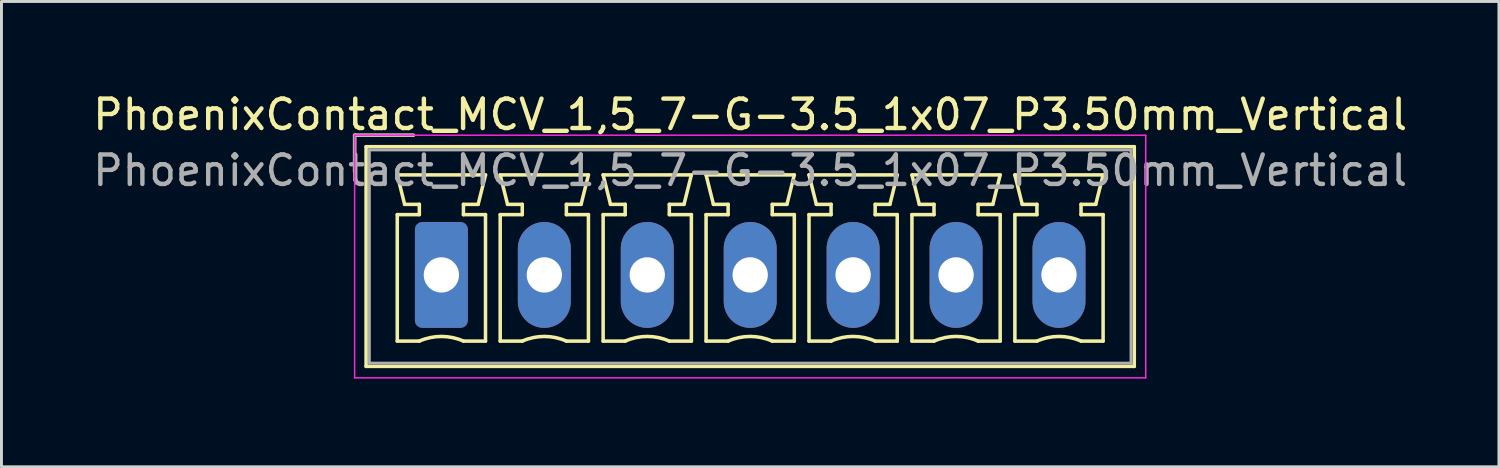
<source format=kicad_pcb>
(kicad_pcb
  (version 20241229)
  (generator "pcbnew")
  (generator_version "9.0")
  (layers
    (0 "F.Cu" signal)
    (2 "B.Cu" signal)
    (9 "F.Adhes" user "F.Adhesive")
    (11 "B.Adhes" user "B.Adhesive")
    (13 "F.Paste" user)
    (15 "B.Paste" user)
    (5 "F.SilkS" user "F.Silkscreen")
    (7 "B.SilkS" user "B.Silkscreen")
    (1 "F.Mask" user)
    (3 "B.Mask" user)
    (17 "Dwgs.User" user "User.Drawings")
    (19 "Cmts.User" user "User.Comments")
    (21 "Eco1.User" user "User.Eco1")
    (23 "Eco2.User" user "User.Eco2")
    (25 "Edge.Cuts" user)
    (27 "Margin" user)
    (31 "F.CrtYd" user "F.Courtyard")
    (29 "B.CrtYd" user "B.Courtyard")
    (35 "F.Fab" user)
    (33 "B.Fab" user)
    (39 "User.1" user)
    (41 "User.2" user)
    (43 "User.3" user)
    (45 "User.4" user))
  (footprint "PhoenixContact_MCV_1,5_7-G-3.5_1x07_P3.50mm_Vertical"
    (layer "F.Cu")
    (at 11.958 6.298)
    (property "Reference" "PhoenixContact_MCV_1,5_7-G-3.5_1x07_P3.50mm_Vertical" (at 10.5 -5.45 0) (layer "F.SilkS") (effects (font (size 1 1) (thickness 0.15))))
    (attr through_hole)
    (fp_line (start -2.95 -4.75) (end -0.95 -4.75) (stroke (width 0.12) (type solid)) (layer "F.SilkS"))
    (fp_line (start -2.95 -3.5) (end -2.95 -4.75) (stroke (width 0.12) (type solid)) (layer "F.SilkS"))
    (fp_line (start -2.56 -4.36) (end -2.56 3.11) (stroke (width 0.12) (type solid)) (layer "F.SilkS"))
    (fp_line (start -2.56 3.11) (end 23.56 3.11) (stroke (width 0.12) (type solid)) (layer "F.SilkS"))
    (fp_line (start -1.5 -3.4) (end 1.5 -3.4) (stroke (width 0.12) (type solid)) (layer "F.SilkS"))
    (fp_line (start -1.5 -2.05) (end -0.75 -2.05) (stroke (width 0.12) (type solid)) (layer "F.SilkS"))
    (fp_line (start -1.5 2.25) (end -1.5 -2.05) (stroke (width 0.12) (type solid)) (layer "F.SilkS"))
    (fp_line (start -1.25 -2.4) (end -1.5 -3.4) (stroke (width 0.12) (type solid)) (layer "F.SilkS"))
    (fp_line (start -0.75 -2.4) (end -1.25 -2.4) (stroke (width 0.12) (type solid)) (layer "F.SilkS"))
    (fp_line (start -0.75 -2.05) (end -0.75 -2.4) (stroke (width 0.12) (type solid)) (layer "F.SilkS"))
    (fp_line (start -0.75 2.25) (end -1.5 2.25) (stroke (width 0.12) (type solid)) (layer "F.SilkS"))
    (fp_line (start 0.75 -2.4) (end 0.75 -2.05) (stroke (width 0.12) (type solid)) (layer "F.SilkS"))
    (fp_line (start 0.75 -2.05) (end 1.5 -2.05) (stroke (width 0.12) (type solid)) (layer "F.SilkS"))
    (fp_line (start 1.25 -2.4) (end 0.75 -2.4) (stroke (width 0.12) (type solid)) (layer "F.SilkS"))
    (fp_line (start 1.5 -3.4) (end 1.25 -2.4) (stroke (width 0.12) (type solid)) (layer "F.SilkS"))
    (fp_line (start 1.5 -2.05) (end 1.5 2.25) (stroke (width 0.12) (type solid)) (layer "F.SilkS"))
    (fp_line (start 1.5 2.25) (end 0.75 2.25) (stroke (width 0.12) (type solid)) (layer "F.SilkS"))
    (fp_line (start 2 -3.4) (end 5 -3.4) (stroke (width 0.12) (type solid)) (layer "F.SilkS"))
    (fp_line (start 2 -2.05) (end 2.75 -2.05) (stroke (width 0.12) (type solid)) (layer "F.SilkS"))
    (fp_line (start 2 2.25) (end 2 -2.05) (stroke (width 0.12) (type solid)) (layer "F.SilkS"))
    (fp_line (start 2.25 -2.4) (end 2 -3.4) (stroke (width 0.12) (type solid)) (layer "F.SilkS"))
    (fp_line (start 2.75 -2.4) (end 2.25 -2.4) (stroke (width 0.12) (type solid)) (layer "F.SilkS"))
    (fp_line (start 2.75 -2.05) (end 2.75 -2.4) (stroke (width 0.12) (type solid)) (layer "F.SilkS"))
    (fp_line (start 2.75 2.25) (end 2 2.25) (stroke (width 0.12) (type solid)) (layer "F.SilkS"))
    (fp_line (start 4.25 -2.4) (end 4.25 -2.05) (stroke (width 0.12) (type solid)) (layer "F.SilkS"))
    (fp_line (start 4.25 -2.05) (end 5 -2.05) (stroke (width 0.12) (type solid)) (layer "F.SilkS"))
    (fp_line (start 4.75 -2.4) (end 4.25 -2.4) (stroke (width 0.12) (type solid)) (layer "F.SilkS"))
    (fp_line (start 5 -3.4) (end 4.75 -2.4) (stroke (width 0.12) (type solid)) (layer "F.SilkS"))
    (fp_line (start 5 -2.05) (end 5 2.25) (stroke (width 0.12) (type solid)) (layer "F.SilkS"))
    (fp_line (start 5 2.25) (end 4.25 2.25) (stroke (width 0.12) (type solid)) (layer "F.SilkS"))
    (fp_line (start 5.5 -3.4) (end 8.5 -3.4) (stroke (width 0.12) (type solid)) (layer "F.SilkS"))
    (fp_line (start 5.5 -2.05) (end 6.25 -2.05) (stroke (width 0.12) (type solid)) (layer "F.SilkS"))
    (fp_line (start 5.5 2.25) (end 5.5 -2.05) (stroke (width 0.12) (type solid)) (layer "F.SilkS"))
    (fp_line (start 5.75 -2.4) (end 5.5 -3.4) (stroke (width 0.12) (type solid)) (layer "F.SilkS"))
    (fp_line (start 6.25 -2.4) (end 5.75 -2.4) (stroke (width 0.12) (type solid)) (layer "F.SilkS"))
    (fp_line (start 6.25 -2.05) (end 6.25 -2.4) (stroke (width 0.12) (type solid)) (layer "F.SilkS"))
    (fp_line (start 6.25 2.25) (end 5.5 2.25) (stroke (width 0.12) (type solid)) (layer "F.SilkS"))
    (fp_line (start 7.75 -2.4) (end 7.75 -2.05) (stroke (width 0.12) (type solid)) (layer "F.SilkS"))
    (fp_line (start 7.75 -2.05) (end 8.5 -2.05) (stroke (width 0.12) (type solid)) (layer "F.SilkS"))
    (fp_line (start 8.25 -2.4) (end 7.75 -2.4) (stroke (width 0.12) (type solid)) (layer "F.SilkS"))
    (fp_line (start 8.5 -3.4) (end 8.25 -2.4) (stroke (width 0.12) (type solid)) (layer "F.SilkS"))
    (fp_line (start 8.5 -2.05) (end 8.5 2.25) (stroke (width 0.12) (type solid)) (layer "F.SilkS"))
    (fp_line (start 8.5 2.25) (end 7.75 2.25) (stroke (width 0.12) (type solid)) (layer "F.SilkS"))
    (fp_line (start 9 -3.4) (end 12 -3.4) (stroke (width 0.12) (type solid)) (layer "F.SilkS"))
    (fp_line (start 9 -2.05) (end 9.75 -2.05) (stroke (width 0.12) (type solid)) (layer "F.SilkS"))
    (fp_line (start 9 2.25) (end 9 -2.05) (stroke (width 0.12) (type solid)) (layer "F.SilkS"))
    (fp_line (start 9.25 -2.4) (end 9 -3.4) (stroke (width 0.12) (type solid)) (layer "F.SilkS"))
    (fp_line (start 9.75 -2.4) (end 9.25 -2.4) (stroke (width 0.12) (type solid)) (layer "F.SilkS"))
    (fp_line (start 9.75 -2.05) (end 9.75 -2.4) (stroke (width 0.12) (type solid)) (layer "F.SilkS"))
    (fp_line (start 9.75 2.25) (end 9 2.25) (stroke (width 0.12) (type solid)) (layer "F.SilkS"))
    (fp_line (start 11.25 -2.4) (end 11.25 -2.05) (stroke (width 0.12) (type solid)) (layer "F.SilkS"))
    (fp_line (start 11.25 -2.05) (end 12 -2.05) (stroke (width 0.12) (type solid)) (layer "F.SilkS"))
    (fp_line (start 11.75 -2.4) (end 11.25 -2.4) (stroke (width 0.12) (type solid)) (layer "F.SilkS"))
    (fp_line (start 12 -3.4) (end 11.75 -2.4) (stroke (width 0.12) (type solid)) (layer "F.SilkS"))
    (fp_line (start 12 -2.05) (end 12 2.25) (stroke (width 0.12) (type solid)) (layer "F.SilkS"))
    (fp_line (start 12 2.25) (end 11.25 2.25) (stroke (width 0.12) (type solid)) (layer "F.SilkS"))
    (fp_line (start 12.5 -3.4) (end 15.5 -3.4) (stroke (width 0.12) (type solid)) (layer "F.SilkS"))
    (fp_line (start 12.5 -2.05) (end 13.25 -2.05) (stroke (width 0.12) (type solid)) (layer "F.SilkS"))
    (fp_line (start 12.5 2.25) (end 12.5 -2.05) (stroke (width 0.12) (type solid)) (layer "F.SilkS"))
    (fp_line (start 12.75 -2.4) (end 12.5 -3.4) (stroke (width 0.12) (type solid)) (layer "F.SilkS"))
    (fp_line (start 13.25 -2.4) (end 12.75 -2.4) (stroke (width 0.12) (type solid)) (layer "F.SilkS"))
    (fp_line (start 13.25 -2.05) (end 13.25 -2.4) (stroke (width 0.12) (type solid)) (layer "F.SilkS"))
    (fp_line (start 13.25 2.25) (end 12.5 2.25) (stroke (width 0.12) (type solid)) (layer "F.SilkS"))
    (fp_line (start 14.75 -2.4) (end 14.75 -2.05) (stroke (width 0.12) (type solid)) (layer "F.SilkS"))
    (fp_line (start 14.75 -2.05) (end 15.5 -2.05) (stroke (width 0.12) (type solid)) (layer "F.SilkS"))
    (fp_line (start 15.25 -2.4) (end 14.75 -2.4) (stroke (width 0.12) (type solid)) (layer "F.SilkS"))
    (fp_line (start 15.5 -3.4) (end 15.25 -2.4) (stroke (width 0.12) (type solid)) (layer "F.SilkS"))
    (fp_line (start 15.5 -2.05) (end 15.5 2.25) (stroke (width 0.12) (type solid)) (layer "F.SilkS"))
    (fp_line (start 15.5 2.25) (end 14.75 2.25) (stroke (width 0.12) (type solid)) (layer "F.SilkS"))
    (fp_line (start 16 -3.4) (end 19 -3.4) (stroke (width 0.12) (type solid)) (layer "F.SilkS"))
    (fp_line (start 16 -2.05) (end 16.75 -2.05) (stroke (width 0.12) (type solid)) (layer "F.SilkS"))
    (fp_line (start 16 2.25) (end 16 -2.05) (stroke (width 0.12) (type solid)) (layer "F.SilkS"))
    (fp_line (start 16.25 -2.4) (end 16 -3.4) (stroke (width 0.12) (type solid)) (layer "F.SilkS"))
    (fp_line (start 16.75 -2.4) (end 16.25 -2.4) (stroke (width 0.12) (type solid)) (layer "F.SilkS"))
    (fp_line (start 16.75 -2.05) (end 16.75 -2.4) (stroke (width 0.12) (type solid)) (layer "F.SilkS"))
    (fp_line (start 16.75 2.25) (end 16 2.25) (stroke (width 0.12) (type solid)) (layer "F.SilkS"))
    (fp_line (start 18.25 -2.4) (end 18.25 -2.05) (stroke (width 0.12) (type solid)) (layer "F.SilkS"))
    (fp_line (start 18.25 -2.05) (end 19 -2.05) (stroke (width 0.12) (type solid)) (layer "F.SilkS"))
    (fp_line (start 18.75 -2.4) (end 18.25 -2.4) (stroke (width 0.12) (type solid)) (layer "F.SilkS"))
    (fp_line (start 19 -3.4) (end 18.75 -2.4) (stroke (width 0.12) (type solid)) (layer "F.SilkS"))
    (fp_line (start 19 -2.05) (end 19 2.25) (stroke (width 0.12) (type solid)) (layer "F.SilkS"))
    (fp_line (start 19 2.25) (end 18.25 2.25) (stroke (width 0.12) (type solid)) (layer "F.SilkS"))
    (fp_line (start 19.5 -3.4) (end 22.5 -3.4) (stroke (width 0.12) (type solid)) (layer "F.SilkS"))
    (fp_line (start 19.5 -2.05) (end 20.25 -2.05) (stroke (width 0.12) (type solid)) (layer "F.SilkS"))
    (fp_line (start 19.5 2.25) (end 19.5 -2.05) (stroke (width 0.12) (type solid)) (layer "F.SilkS"))
    (fp_line (start 19.75 -2.4) (end 19.5 -3.4) (stroke (width 0.12) (type solid)) (layer "F.SilkS"))
    (fp_line (start 20.25 -2.4) (end 19.75 -2.4) (stroke (width 0.12) (type solid)) (layer "F.SilkS"))
    (fp_line (start 20.25 -2.05) (end 20.25 -2.4) (stroke (width 0.12) (type solid)) (layer "F.SilkS"))
    (fp_line (start 20.25 2.25) (end 19.5 2.25) (stroke (width 0.12) (type solid)) (layer "F.SilkS"))
    (fp_line (start 21.75 -2.4) (end 21.75 -2.05) (stroke (width 0.12) (type solid)) (layer "F.SilkS"))
    (fp_line (start 21.75 -2.05) (end 22.5 -2.05) (stroke (width 0.12) (type solid)) (layer "F.SilkS"))
    (fp_line (start 22.25 -2.4) (end 21.75 -2.4) (stroke (width 0.12) (type solid)) (layer "F.SilkS"))
    (fp_line (start 22.5 -3.4) (end 22.25 -2.4) (stroke (width 0.12) (type solid)) (layer "F.SilkS"))
    (fp_line (start 22.5 -2.05) (end 22.5 2.25) (stroke (width 0.12) (type solid)) (layer "F.SilkS"))
    (fp_line (start 22.5 2.25) (end 21.75 2.25) (stroke (width 0.12) (type solid)) (layer "F.SilkS"))
    (fp_line (start 23.56 -4.36) (end -2.56 -4.36) (stroke (width 0.12) (type solid)) (layer "F.SilkS"))
    (fp_line (start 23.56 3.11) (end 23.56 -4.36) (stroke (width 0.12) (type solid)) (layer "F.SilkS"))
    (fp_arc (start -0.75 2.25) (mid -0.000193 2.09191) (end 0.749647 2.249844) (stroke (width 0.12) (type solid)) (layer "F.SilkS"))
    (fp_arc (start 2.75 2.25) (mid 3.499807 2.09191) (end 4.249647 2.249844) (stroke (width 0.12) (type solid)) (layer "F.SilkS"))
    (fp_arc (start 6.25 2.25) (mid 6.999807 2.09191) (end 7.749647 2.249844) (stroke (width 0.12) (type solid)) (layer "F.SilkS"))
    (fp_arc (start 9.75 2.25) (mid 10.499807 2.09191) (end 11.249647 2.249844) (stroke (width 0.12) (type solid)) (layer "F.SilkS"))
    (fp_arc (start 13.25 2.25) (mid 13.999807 2.09191) (end 14.749647 2.249844) (stroke (width 0.12) (type solid)) (layer "F.SilkS"))
    (fp_arc (start 16.75 2.25) (mid 17.499807 2.09191) (end 18.249647 2.249844) (stroke (width 0.12) (type solid)) (layer "F.SilkS"))
    (fp_arc (start 20.25 2.25) (mid 20.999807 2.09191) (end 21.749647 2.249844) (stroke (width 0.12) (type solid)) (layer "F.SilkS"))
    (fp_line (start -2.95 -4.75) (end -2.95 3.5) (stroke (width 0.05) (type solid)) (layer "F.CrtYd"))
    (fp_line (start -2.95 3.5) (end 23.95 3.5) (stroke (width 0.05) (type solid)) (layer "F.CrtYd"))
    (fp_line (start 23.95 -4.75) (end -2.95 -4.75) (stroke (width 0.05) (type solid)) (layer "F.CrtYd"))
    (fp_line (start 23.95 3.5) (end 23.95 -4.75) (stroke (width 0.05) (type solid)) (layer "F.CrtYd"))
    (fp_line (start -2.95 -4.75) (end -0.95 -4.75) (stroke (width 0.1) (type solid)) (layer "F.Fab"))
    (fp_line (start -2.95 -3.5) (end -2.95 -4.75) (stroke (width 0.1) (type solid)) (layer "F.Fab"))
    (fp_line (start -2.45 -4.25) (end -2.45 3) (stroke (width 0.1) (type solid)) (layer "F.Fab"))
    (fp_line (start -2.45 3) (end 23.45 3) (stroke (width 0.1) (type solid)) (layer "F.Fab"))
    (fp_line (start 23.45 -4.25) (end -2.45 -4.25) (stroke (width 0.1) (type solid)) (layer "F.Fab"))
    (fp_line (start 23.45 3) (end 23.45 -4.25) (stroke (width 0.1) (type solid)) (layer "F.Fab"))
    (fp_text user "${REFERENCE}" (at 10.5 -3.55 0) (layer "F.Fab") (effects (font (size 1 1) (thickness 0.15))))
    (pad "1" thru_hole roundrect (at 0 0) (size 1.8 3.6) (drill 1.2) (layers "*.Cu" "*.Mask") (roundrect_rratio 0.139))
    (pad "2" thru_hole oval (at 3.5 0) (size 1.8 3.6) (drill 1.2) (layers "*.Cu" "*.Mask"))
    (pad "3" thru_hole oval (at 7 0) (size 1.8 3.6) (drill 1.2) (layers "*.Cu" "*.Mask"))
    (pad "4" thru_hole oval (at 10.5 0) (size 1.8 3.6) (drill 1.2) (layers "*.Cu" "*.Mask"))
    (pad "5" thru_hole oval (at 14 0) (size 1.8 3.6) (drill 1.2) (layers "*.Cu" "*.Mask"))
    (pad "6" thru_hole oval (at 17.5 0) (size 1.8 3.6) (drill 1.2) (layers "*.Cu" "*.Mask"))
    (pad "7" thru_hole oval (at 21 0) (size 1.8 3.6) (drill 1.2) (layers "*.Cu" "*.Mask")))
  (gr_rect
    (start -3 -3)
    (end 47.917 12.823)
    (stroke (width 0.1) (type default))
    (fill no)
    (layer "Edge.Cuts")))
</source>
